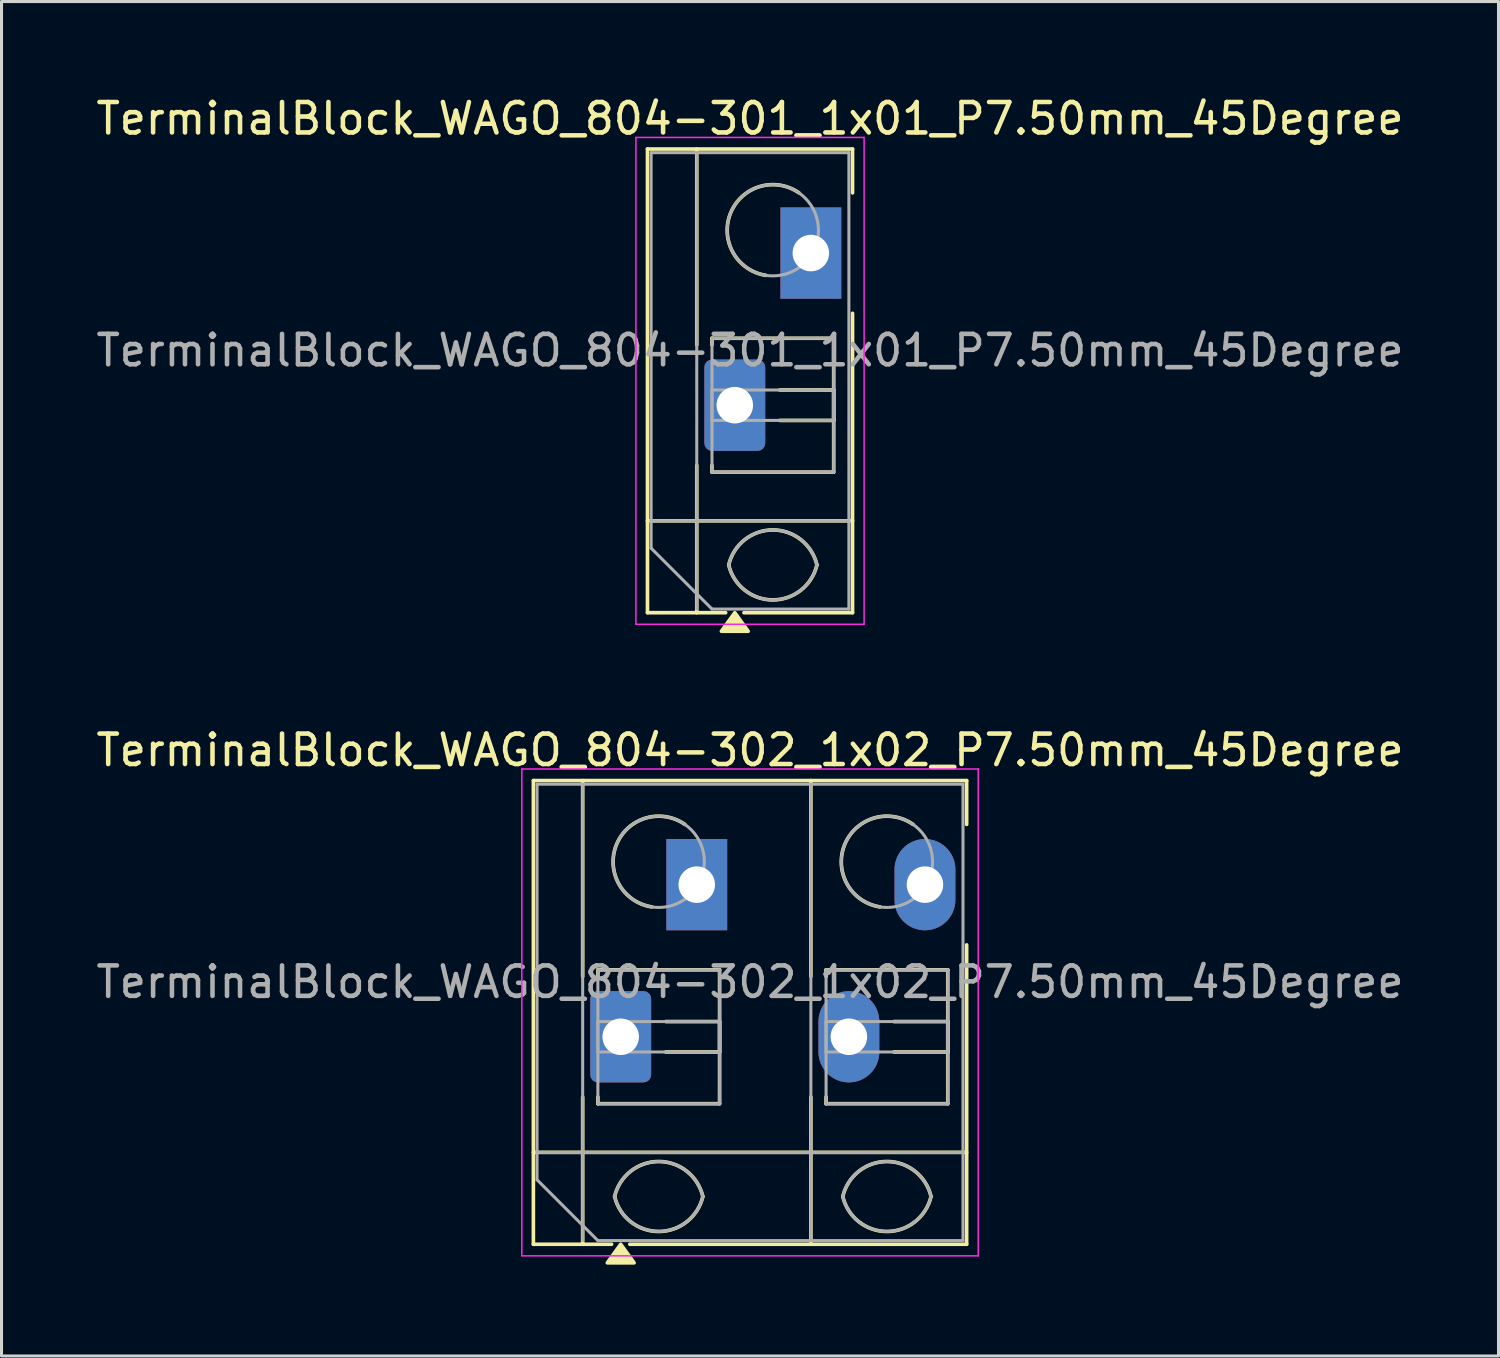
<source format=kicad_pcb>
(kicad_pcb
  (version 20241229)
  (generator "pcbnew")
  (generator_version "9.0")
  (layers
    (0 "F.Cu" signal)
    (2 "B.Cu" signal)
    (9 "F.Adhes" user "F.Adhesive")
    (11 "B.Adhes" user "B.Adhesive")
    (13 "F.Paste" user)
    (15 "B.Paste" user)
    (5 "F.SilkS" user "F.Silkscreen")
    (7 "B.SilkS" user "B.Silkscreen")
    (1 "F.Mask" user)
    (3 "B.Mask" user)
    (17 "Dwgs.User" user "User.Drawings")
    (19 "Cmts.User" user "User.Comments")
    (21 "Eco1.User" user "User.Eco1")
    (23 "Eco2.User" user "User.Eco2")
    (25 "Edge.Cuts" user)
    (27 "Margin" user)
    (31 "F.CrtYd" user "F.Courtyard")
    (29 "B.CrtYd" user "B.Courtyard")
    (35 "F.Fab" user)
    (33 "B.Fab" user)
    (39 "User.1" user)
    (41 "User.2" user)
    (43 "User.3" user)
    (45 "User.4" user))
  (footprint "TerminalBlock_WAGO_804-302_1x02_P7.50mm_45Degree"
    (layer "F.Cu")
    (at 17.351 31.026)
    (property "Reference" "TerminalBlock_WAGO_804-302_1x02_P7.50mm_45Degree" (at 4.25 -9.42 0) (layer "F.SilkS") (effects (font (size 1 1) (thickness 0.15))))
    (attr through_hole)
    (fp_line (start -2.87 -8.42) (end -2.87 6.82) (stroke (width 0.12) (type solid)) (layer "F.SilkS"))
    (fp_line (start -2.87 -8.42) (end 11.37 -8.42) (stroke (width 0.12) (type solid)) (layer "F.SilkS"))
    (fp_line (start -2.87 3.8) (end 11.37 3.8) (stroke (width 0.12) (type solid)) (layer "F.SilkS"))
    (fp_line (start -2.87 6.82) (end -0.3 6.82) (stroke (width 0.12) (type solid)) (layer "F.SilkS"))
    (fp_line (start -1.25 -8.42) (end -1.25 -1.98) (stroke (width 0.12) (type solid)) (layer "F.SilkS"))
    (fp_line (start -1.25 1.98) (end -1.25 6.82) (stroke (width 0.12) (type solid)) (layer "F.SilkS"))
    (fp_line (start -0.75 -2.2) (end -0.75 -1.98) (stroke (width 0.12) (type solid)) (layer "F.SilkS"))
    (fp_line (start -0.75 -2.2) (end 3.25 -2.2) (stroke (width 0.12) (type solid)) (layer "F.SilkS"))
    (fp_line (start -0.75 1.98) (end -0.75 2.2) (stroke (width 0.12) (type solid)) (layer "F.SilkS"))
    (fp_line (start -0.75 2.2) (end 3.25 2.2) (stroke (width 0.12) (type solid)) (layer "F.SilkS"))
    (fp_line (start 0.3 6.82) (end 11.37 6.82) (stroke (width 0.12) (type solid)) (layer "F.SilkS"))
    (fp_line (start 1.48 -0.5) (end 3.25 -0.5) (stroke (width 0.12) (type solid)) (layer "F.SilkS"))
    (fp_line (start 1.48 0.5) (end 3.25 0.5) (stroke (width 0.12) (type solid)) (layer "F.SilkS"))
    (fp_line (start 3.25 -2.2) (end 3.25 2.2) (stroke (width 0.12) (type solid)) (layer "F.SilkS"))
    (fp_line (start 3.25 -0.5) (end 3.25 0.5) (stroke (width 0.12) (type solid)) (layer "F.SilkS"))
    (fp_line (start 6.25 -8.42) (end 6.25 -1.98) (stroke (width 0.12) (type solid)) (layer "F.SilkS"))
    (fp_line (start 6.25 1.98) (end 6.25 6.82) (stroke (width 0.12) (type solid)) (layer "F.SilkS"))
    (fp_line (start 6.75 -2.2) (end 6.75 -1.98) (stroke (width 0.12) (type solid)) (layer "F.SilkS"))
    (fp_line (start 6.75 -2.2) (end 10.75 -2.2) (stroke (width 0.12) (type solid)) (layer "F.SilkS"))
    (fp_line (start 6.75 1.98) (end 6.75 2.2) (stroke (width 0.12) (type solid)) (layer "F.SilkS"))
    (fp_line (start 6.75 2.2) (end 10.75 2.2) (stroke (width 0.12) (type solid)) (layer "F.SilkS"))
    (fp_line (start 8.98 -0.5) (end 10.75 -0.5) (stroke (width 0.12) (type solid)) (layer "F.SilkS"))
    (fp_line (start 8.98 0.5) (end 10.75 0.5) (stroke (width 0.12) (type solid)) (layer "F.SilkS"))
    (fp_line (start 10.75 -2.2) (end 10.75 2.2) (stroke (width 0.12) (type solid)) (layer "F.SilkS"))
    (fp_line (start 10.75 -0.5) (end 10.75 0.5) (stroke (width 0.12) (type solid)) (layer "F.SilkS"))
    (fp_line (start 11.37 -8.42) (end 11.37 -6.98) (stroke (width 0.12) (type solid)) (layer "F.SilkS"))
    (fp_line (start 11.37 -3.02) (end 11.37 6.82) (stroke (width 0.12) (type solid)) (layer "F.SilkS"))
    (fp_arc (start -0.2 5.25) (mid 1.25 4.1) (end 2.7 5.25) (stroke (width 0.12) (type solid)) (layer "F.SilkS"))
    (fp_arc (start 1.02 -4.268) (mid -0.141916 -6.309209) (end 2.109 -6.98) (stroke (width 0.12) (type solid)) (layer "F.SilkS"))
    (fp_arc (start 2.7 5.25) (mid 1.25 6.4) (end -0.2 5.25) (stroke (width 0.12) (type solid)) (layer "F.SilkS"))
    (fp_arc (start 7.3 5.25) (mid 8.75 4.1) (end 10.2 5.25) (stroke (width 0.12) (type solid)) (layer "F.SilkS"))
    (fp_arc (start 8.52 -4.268) (mid 7.358084 -6.309209) (end 9.609 -6.98) (stroke (width 0.12) (type solid)) (layer "F.SilkS"))
    (fp_arc (start 10.2 5.25) (mid 8.75 6.4) (end 7.3 5.25) (stroke (width 0.12) (type solid)) (layer "F.SilkS"))
    (fp_poly (pts (xy 0 6.82) (xy 0.44 7.43) (xy -0.44 7.43)) (stroke (width 0.12) (type solid)) (fill yes) (layer "F.SilkS"))
    (fp_line (start -3.25 -8.8) (end -3.25 7.2) (stroke (width 0.05) (type solid)) (layer "F.CrtYd"))
    (fp_line (start -3.25 7.2) (end 11.75 7.2) (stroke (width 0.05) (type solid)) (layer "F.CrtYd"))
    (fp_line (start 11.75 -8.8) (end -3.25 -8.8) (stroke (width 0.05) (type solid)) (layer "F.CrtYd"))
    (fp_line (start 11.75 7.2) (end 11.75 -8.8) (stroke (width 0.05) (type solid)) (layer "F.CrtYd"))
    (fp_line (start -2.75 -8.3) (end 11.25 -8.3) (stroke (width 0.1) (type solid)) (layer "F.Fab"))
    (fp_line (start -2.75 3.8) (end 11.25 3.8) (stroke (width 0.1) (type solid)) (layer "F.Fab"))
    (fp_line (start -2.75 4.7) (end -2.75 -8.3) (stroke (width 0.1) (type solid)) (layer "F.Fab"))
    (fp_line (start -1.25 -8.3) (end -1.25 6.7) (stroke (width 0.1) (type solid)) (layer "F.Fab"))
    (fp_line (start -0.75 -2.2) (end -0.75 2.2) (stroke (width 0.1) (type solid)) (layer "F.Fab"))
    (fp_line (start -0.75 -0.5) (end -0.75 0.5) (stroke (width 0.1) (type solid)) (layer "F.Fab"))
    (fp_line (start -0.75 0.5) (end 3.25 0.5) (stroke (width 0.1) (type solid)) (layer "F.Fab"))
    (fp_line (start -0.75 2.2) (end 3.25 2.2) (stroke (width 0.1) (type solid)) (layer "F.Fab"))
    (fp_line (start -0.75 6.7) (end -2.75 4.7) (stroke (width 0.1) (type solid)) (layer "F.Fab"))
    (fp_line (start 3.25 -2.2) (end -0.75 -2.2) (stroke (width 0.1) (type solid)) (layer "F.Fab"))
    (fp_line (start 3.25 -0.5) (end -0.75 -0.5) (stroke (width 0.1) (type solid)) (layer "F.Fab"))
    (fp_line (start 3.25 0.5) (end 3.25 -0.5) (stroke (width 0.1) (type solid)) (layer "F.Fab"))
    (fp_line (start 3.25 2.2) (end 3.25 -2.2) (stroke (width 0.1) (type solid)) (layer "F.Fab"))
    (fp_line (start 6.25 -8.3) (end 6.25 6.7) (stroke (width 0.1) (type solid)) (layer "F.Fab"))
    (fp_line (start 6.75 -2.2) (end 6.75 2.2) (stroke (width 0.1) (type solid)) (layer "F.Fab"))
    (fp_line (start 6.75 -0.5) (end 6.75 0.5) (stroke (width 0.1) (type solid)) (layer "F.Fab"))
    (fp_line (start 6.75 0.5) (end 10.75 0.5) (stroke (width 0.1) (type solid)) (layer "F.Fab"))
    (fp_line (start 6.75 2.2) (end 10.75 2.2) (stroke (width 0.1) (type solid)) (layer "F.Fab"))
    (fp_line (start 10.75 -2.2) (end 6.75 -2.2) (stroke (width 0.1) (type solid)) (layer "F.Fab"))
    (fp_line (start 10.75 -0.5) (end 6.75 -0.5) (stroke (width 0.1) (type solid)) (layer "F.Fab"))
    (fp_line (start 10.75 0.5) (end 10.75 -0.5) (stroke (width 0.1) (type solid)) (layer "F.Fab"))
    (fp_line (start 10.75 2.2) (end 10.75 -2.2) (stroke (width 0.1) (type solid)) (layer "F.Fab"))
    (fp_line (start 11.25 -8.3) (end 11.25 6.7) (stroke (width 0.1) (type solid)) (layer "F.Fab"))
    (fp_line (start 11.25 6.7) (end -0.75 6.7) (stroke (width 0.1) (type solid)) (layer "F.Fab"))
    (fp_arc (start -0.2 5.25) (mid 1.25 4.1) (end 2.7 5.25) (stroke (width 0.1) (type solid)) (layer "F.Fab"))
    (fp_arc (start 2.7 5.25) (mid 1.25 6.4) (end -0.2 5.25) (stroke (width 0.1) (type solid)) (layer "F.Fab"))
    (fp_arc (start 7.3 5.25) (mid 8.75 4.1) (end 10.2 5.25) (stroke (width 0.1) (type solid)) (layer "F.Fab"))
    (fp_arc (start 10.2 5.25) (mid 8.75 6.4) (end 7.3 5.25) (stroke (width 0.1) (type solid)) (layer "F.Fab"))
    (fp_circle (center 1.25 -5.75) (end 2.75 -5.75) (stroke (width 0.1) (type solid)) (fill no) (layer "F.Fab"))
    (fp_circle (center 8.75 -5.75) (end 10.25 -5.75) (stroke (width 0.1) (type solid)) (fill no) (layer "F.Fab"))
    (fp_text user "${REFERENCE}" (at 4.25 -1.8 0) (layer "F.Fab") (effects (font (size 1 1) (thickness 0.15))))
    (pad "1" thru_hole roundrect (at 0 0) (size 2 3) (drill 1.2) (layers "*.Cu" "*.Mask") (roundrect_rratio 0.125))
    (pad "1" thru_hole rect (at 2.5 -5) (size 2 3) (drill 1.2) (layers "*.Cu" "*.Mask"))
    (pad "2" thru_hole oval (at 7.5 0) (size 2 3) (drill 1.2) (layers "*.Cu" "*.Mask"))
    (pad "2" thru_hole oval (at 10 -5) (size 2 3) (drill 1.2) (layers "*.Cu" "*.Mask")))
  (footprint "TerminalBlock_WAGO_804-301_1x01_P7.50mm_45Degree"
    (layer "F.Cu")
    (at 21.101 10.268)
    (property "Reference" "TerminalBlock_WAGO_804-301_1x01_P7.50mm_45Degree" (at 0.5 -9.42 0) (layer "F.SilkS") (effects (font (size 1 1) (thickness 0.15))))
    (attr through_hole)
    (fp_line (start -2.87 -8.42) (end -2.87 6.82) (stroke (width 0.12) (type solid)) (layer "F.SilkS"))
    (fp_line (start -2.87 -8.42) (end 3.87 -8.42) (stroke (width 0.12) (type solid)) (layer "F.SilkS"))
    (fp_line (start -2.87 3.8) (end 3.87 3.8) (stroke (width 0.12) (type solid)) (layer "F.SilkS"))
    (fp_line (start -2.87 6.82) (end -0.3 6.82) (stroke (width 0.12) (type solid)) (layer "F.SilkS"))
    (fp_line (start -1.25 -8.42) (end -1.25 -1.98) (stroke (width 0.12) (type solid)) (layer "F.SilkS"))
    (fp_line (start -1.25 1.98) (end -1.25 6.82) (stroke (width 0.12) (type solid)) (layer "F.SilkS"))
    (fp_line (start -0.75 -2.2) (end -0.75 -1.98) (stroke (width 0.12) (type solid)) (layer "F.SilkS"))
    (fp_line (start -0.75 -2.2) (end 3.25 -2.2) (stroke (width 0.12) (type solid)) (layer "F.SilkS"))
    (fp_line (start -0.75 1.98) (end -0.75 2.2) (stroke (width 0.12) (type solid)) (layer "F.SilkS"))
    (fp_line (start -0.75 2.2) (end 3.25 2.2) (stroke (width 0.12) (type solid)) (layer "F.SilkS"))
    (fp_line (start 0.3 6.82) (end 3.87 6.82) (stroke (width 0.12) (type solid)) (layer "F.SilkS"))
    (fp_line (start 1.48 -0.5) (end 3.25 -0.5) (stroke (width 0.12) (type solid)) (layer "F.SilkS"))
    (fp_line (start 1.48 0.5) (end 3.25 0.5) (stroke (width 0.12) (type solid)) (layer "F.SilkS"))
    (fp_line (start 3.25 -2.2) (end 3.25 2.2) (stroke (width 0.12) (type solid)) (layer "F.SilkS"))
    (fp_line (start 3.25 -0.5) (end 3.25 0.5) (stroke (width 0.12) (type solid)) (layer "F.SilkS"))
    (fp_line (start 3.87 -8.42) (end 3.87 -6.98) (stroke (width 0.12) (type solid)) (layer "F.SilkS"))
    (fp_line (start 3.87 -3.02) (end 3.87 6.82) (stroke (width 0.12) (type solid)) (layer "F.SilkS"))
    (fp_arc (start -0.2 5.25) (mid 1.25 4.1) (end 2.7 5.25) (stroke (width 0.12) (type solid)) (layer "F.SilkS"))
    (fp_arc (start 1.02 -4.268) (mid -0.141916 -6.309209) (end 2.109 -6.98) (stroke (width 0.12) (type solid)) (layer "F.SilkS"))
    (fp_arc (start 2.7 5.25) (mid 1.25 6.4) (end -0.2 5.25) (stroke (width 0.12) (type solid)) (layer "F.SilkS"))
    (fp_poly (pts (xy 0 6.82) (xy 0.44 7.43) (xy -0.44 7.43)) (stroke (width 0.12) (type solid)) (fill yes) (layer "F.SilkS"))
    (fp_line (start -3.25 -8.8) (end -3.25 7.2) (stroke (width 0.05) (type solid)) (layer "F.CrtYd"))
    (fp_line (start -3.25 7.2) (end 4.25 7.2) (stroke (width 0.05) (type solid)) (layer "F.CrtYd"))
    (fp_line (start 4.25 -8.8) (end -3.25 -8.8) (stroke (width 0.05) (type solid)) (layer "F.CrtYd"))
    (fp_line (start 4.25 7.2) (end 4.25 -8.8) (stroke (width 0.05) (type solid)) (layer "F.CrtYd"))
    (fp_line (start -2.75 -8.3) (end 3.75 -8.3) (stroke (width 0.1) (type solid)) (layer "F.Fab"))
    (fp_line (start -2.75 3.8) (end 3.75 3.8) (stroke (width 0.1) (type solid)) (layer "F.Fab"))
    (fp_line (start -2.75 4.7) (end -2.75 -8.3) (stroke (width 0.1) (type solid)) (layer "F.Fab"))
    (fp_line (start -1.25 -8.3) (end -1.25 6.7) (stroke (width 0.1) (type solid)) (layer "F.Fab"))
    (fp_line (start -0.75 -2.2) (end -0.75 2.2) (stroke (width 0.1) (type solid)) (layer "F.Fab"))
    (fp_line (start -0.75 -0.5) (end -0.75 0.5) (stroke (width 0.1) (type solid)) (layer "F.Fab"))
    (fp_line (start -0.75 0.5) (end 3.25 0.5) (stroke (width 0.1) (type solid)) (layer "F.Fab"))
    (fp_line (start -0.75 2.2) (end 3.25 2.2) (stroke (width 0.1) (type solid)) (layer "F.Fab"))
    (fp_line (start -0.75 6.7) (end -2.75 4.7) (stroke (width 0.1) (type solid)) (layer "F.Fab"))
    (fp_line (start 3.25 -2.2) (end -0.75 -2.2) (stroke (width 0.1) (type solid)) (layer "F.Fab"))
    (fp_line (start 3.25 -0.5) (end -0.75 -0.5) (stroke (width 0.1) (type solid)) (layer "F.Fab"))
    (fp_line (start 3.25 0.5) (end 3.25 -0.5) (stroke (width 0.1) (type solid)) (layer "F.Fab"))
    (fp_line (start 3.25 2.2) (end 3.25 -2.2) (stroke (width 0.1) (type solid)) (layer "F.Fab"))
    (fp_line (start 3.75 -8.3) (end 3.75 6.7) (stroke (width 0.1) (type solid)) (layer "F.Fab"))
    (fp_line (start 3.75 6.7) (end -0.75 6.7) (stroke (width 0.1) (type solid)) (layer "F.Fab"))
    (fp_arc (start -0.2 5.25) (mid 1.25 4.1) (end 2.7 5.25) (stroke (width 0.1) (type solid)) (layer "F.Fab"))
    (fp_arc (start 2.7 5.25) (mid 1.25 6.4) (end -0.2 5.25) (stroke (width 0.1) (type solid)) (layer "F.Fab"))
    (fp_circle (center 1.25 -5.75) (end 2.75 -5.75) (stroke (width 0.1) (type solid)) (fill no) (layer "F.Fab"))
    (fp_text user "${REFERENCE}" (at 0.5 -1.8 0) (layer "F.Fab") (effects (font (size 1 1) (thickness 0.15))))
    (pad "1" thru_hole roundrect (at 0 0) (size 2 3) (drill 1.2) (layers "*.Cu" "*.Mask") (roundrect_rratio 0.125))
    (pad "1" thru_hole rect (at 2.5 -5) (size 2 3) (drill 1.2) (layers "*.Cu" "*.Mask")))
  (gr_rect
    (start -3 -3)
    (end 46.202 41.517)
    (stroke (width 0.1) (type default))
    (fill no)
    (layer "Edge.Cuts")))
</source>
